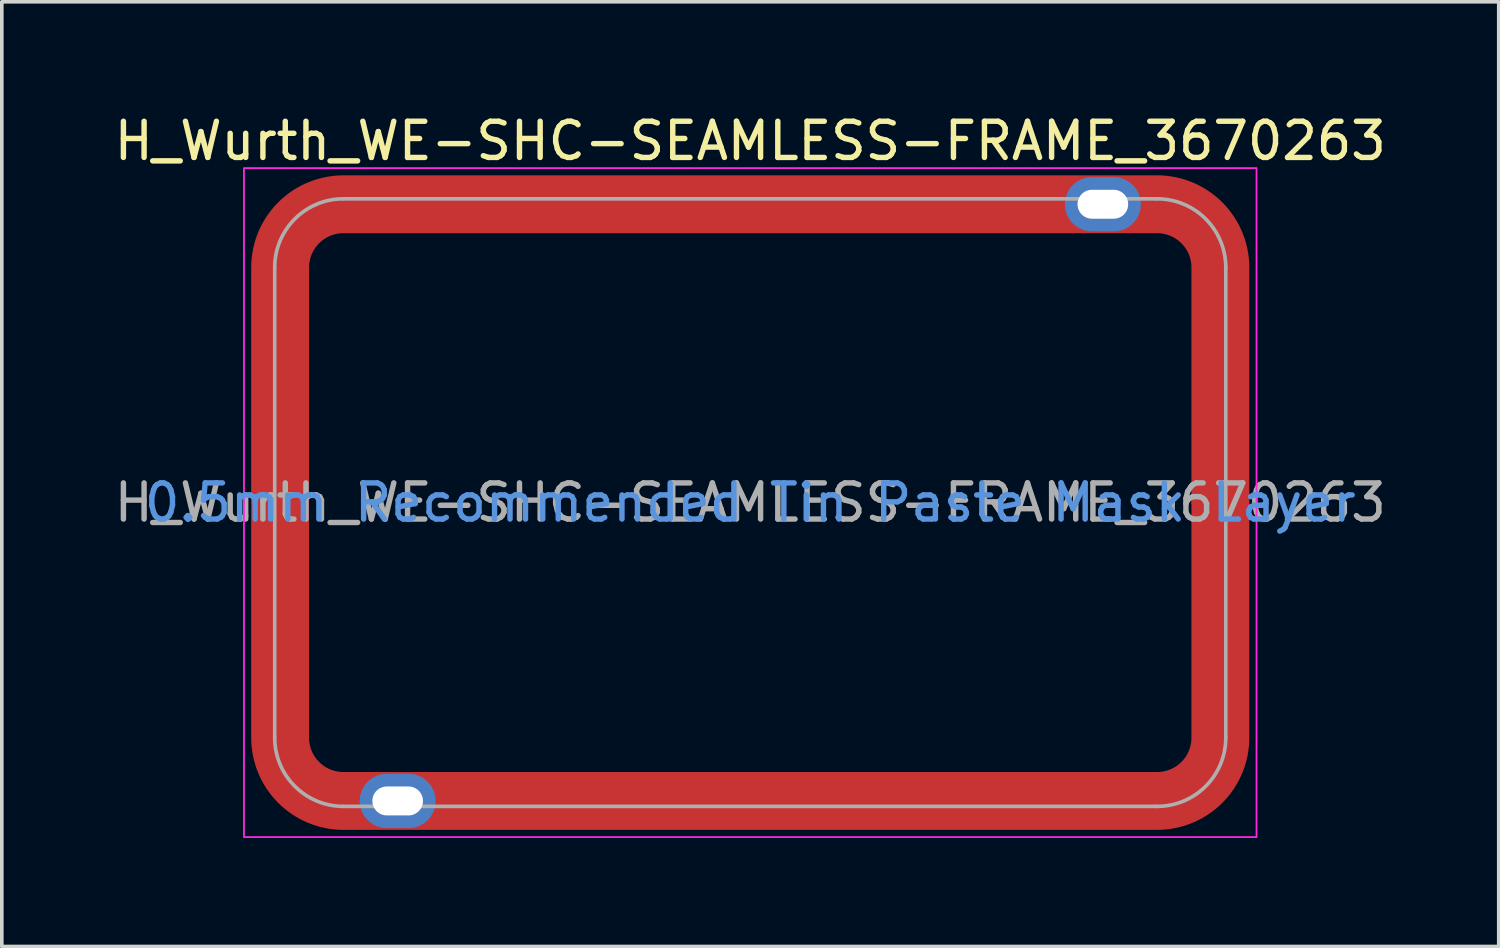
<source format=kicad_pcb>
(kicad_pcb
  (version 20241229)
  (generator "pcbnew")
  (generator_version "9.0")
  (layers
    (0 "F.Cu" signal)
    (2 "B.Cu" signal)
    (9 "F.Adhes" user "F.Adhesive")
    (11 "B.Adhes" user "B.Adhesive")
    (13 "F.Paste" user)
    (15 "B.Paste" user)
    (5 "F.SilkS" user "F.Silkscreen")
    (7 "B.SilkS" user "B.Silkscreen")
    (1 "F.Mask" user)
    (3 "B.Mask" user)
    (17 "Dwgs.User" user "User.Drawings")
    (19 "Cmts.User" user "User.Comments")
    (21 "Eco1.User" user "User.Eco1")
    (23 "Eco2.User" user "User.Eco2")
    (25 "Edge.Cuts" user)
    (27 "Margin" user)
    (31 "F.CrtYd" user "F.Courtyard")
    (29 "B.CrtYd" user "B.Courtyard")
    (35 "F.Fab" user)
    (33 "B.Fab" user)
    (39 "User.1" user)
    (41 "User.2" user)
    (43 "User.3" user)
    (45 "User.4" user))
  (footprint "H_Wurth_WE-SHC-SEAMLESS-FRAME_3670263"
    (layer "F.Cu")
    (at 17.696 10.848)
    (property "Reference" "H_Wurth_WE-SHC-SEAMLESS-FRAME_3670263" (at 0 -10 0) (unlocked yes) (layer "F.SilkS") (effects (font (size 1 1) (thickness 0.15))))
    (attr smd)
    (fp_poly (pts (xy -12.25 0.004) (xy -13.75 0.004) (xy -13.75 -6.5) (xy -13.747 -6.631) (xy -13.736 -6.761) (xy -13.719 -6.891) (xy -13.695 -7.02) (xy -13.665 -7.147) (xy -13.628 -7.273) (xy -13.584 -7.396) (xy -13.534 -7.517) (xy -13.478 -7.635) (xy -13.415 -7.75) (xy -13.347 -7.862) (xy -13.273 -7.969) (xy -13.193 -8.073) (xy -13.108 -8.173) (xy -13.018 -8.268) (xy -12.923 -8.358) (xy -12.823 -8.443) (xy -12.719 -8.523) (xy -12.612 -8.597) (xy -12.5 -8.665) (xy -12.385 -8.728) (xy -12.267 -8.784) (xy -12.146 -8.834) (xy -12.023 -8.878) (xy -11.897 -8.915) (xy -11.77 -8.945) (xy -11.641 -8.969) (xy -11.511 -8.986) (xy -11.381 -8.997) (xy -11.25 -9) (xy 11.25 -9) (xy 11.381 -8.997) (xy 11.511 -8.986) (xy 11.641 -8.969) (xy 11.77 -8.945) (xy 11.897 -8.915) (xy 12.023 -8.878) (xy 12.146 -8.834) (xy 12.267 -8.784) (xy 12.385 -8.728) (xy 12.5 -8.665) (xy 12.612 -8.597) (xy 12.719 -8.523) (xy 12.823 -8.443) (xy 12.923 -8.358) (xy 13.018 -8.268) (xy 13.108 -8.173) (xy 13.193 -8.073) (xy 13.273 -7.969) (xy 13.347 -7.862) (xy 13.415 -7.75) (xy 13.478 -7.635) (xy 13.534 -7.517) (xy 13.584 -7.396) (xy 13.628 -7.273) (xy 13.665 -7.147) (xy 13.695 -7.02) (xy 13.719 -6.891) (xy 13.736 -6.761) (xy 13.747 -6.631) (xy 13.75 -6.5) (xy 13.75 0.004) (xy 12.25 0.004) (xy 12.25 -6.5) (xy 12.249 -6.552) (xy 12.245 -6.605) (xy 12.238 -6.656) (xy 12.228 -6.708) (xy 12.216 -6.759) (xy 12.201 -6.809) (xy 12.184 -6.858) (xy 12.164 -6.907) (xy 12.141 -6.954) (xy 12.116 -7) (xy 12.089 -7.045) (xy 12.059 -7.088) (xy 12.027 -7.129) (xy 11.993 -7.169) (xy 11.957 -7.207) (xy 11.919 -7.243) (xy 11.879 -7.277) (xy 11.838 -7.309) (xy 11.795 -7.339) (xy 11.75 -7.366) (xy 11.704 -7.391) (xy 11.657 -7.414) (xy 11.608 -7.434) (xy 11.559 -7.451) (xy 11.509 -7.466) (xy 11.458 -7.478) (xy 11.406 -7.488) (xy 11.355 -7.495) (xy 11.302 -7.499) (xy 11.25 -7.5) (xy -11.25 -7.5) (xy -11.302 -7.499) (xy -11.355 -7.495) (xy -11.406 -7.488) (xy -11.458 -7.478) (xy -11.509 -7.466) (xy -11.559 -7.451) (xy -11.608 -7.434) (xy -11.657 -7.414) (xy -11.704 -7.391) (xy -11.75 -7.366) (xy -11.795 -7.339) (xy -11.838 -7.309) (xy -11.879 -7.277) (xy -11.919 -7.243) (xy -11.957 -7.207) (xy -11.993 -7.169) (xy -12.027 -7.129) (xy -12.059 -7.088) (xy -12.089 -7.045) (xy -12.116 -7) (xy -12.141 -6.954) (xy -12.164 -6.907) (xy -12.184 -6.858) (xy -12.201 -6.809) (xy -12.216 -6.759) (xy -12.228 -6.708) (xy -12.238 -6.656) (xy -12.245 -6.605) (xy -12.249 -6.552) (xy -12.25 -6.5) (xy -12.25 -0.25)) (stroke (width 0.1) (type solid)) (fill yes) (layer "F.Cu"))
    (fp_poly (pts (xy 12.25 -0.004) (xy 13.75 -0.004) (xy 13.75 6.5) (xy 13.747 6.631) (xy 13.736 6.761) (xy 13.719 6.891) (xy 13.695 7.02) (xy 13.665 7.147) (xy 13.628 7.273) (xy 13.584 7.396) (xy 13.534 7.517) (xy 13.478 7.635) (xy 13.415 7.75) (xy 13.347 7.862) (xy 13.273 7.969) (xy 13.193 8.073) (xy 13.108 8.173) (xy 13.018 8.268) (xy 12.923 8.358) (xy 12.823 8.443) (xy 12.719 8.523) (xy 12.612 8.597) (xy 12.5 8.665) (xy 12.385 8.728) (xy 12.267 8.784) (xy 12.146 8.834) (xy 12.023 8.878) (xy 11.897 8.915) (xy 11.77 8.945) (xy 11.641 8.969) (xy 11.511 8.986) (xy 11.381 8.997) (xy 11.25 9) (xy -11.25 9) (xy -11.381 8.997) (xy -11.511 8.986) (xy -11.641 8.969) (xy -11.77 8.945) (xy -11.897 8.915) (xy -12.023 8.878) (xy -12.146 8.834) (xy -12.267 8.784) (xy -12.385 8.728) (xy -12.5 8.665) (xy -12.612 8.597) (xy -12.719 8.523) (xy -12.823 8.443) (xy -12.923 8.358) (xy -13.018 8.268) (xy -13.108 8.173) (xy -13.193 8.073) (xy -13.273 7.969) (xy -13.347 7.862) (xy -13.415 7.75) (xy -13.478 7.635) (xy -13.534 7.517) (xy -13.584 7.396) (xy -13.628 7.273) (xy -13.665 7.147) (xy -13.695 7.02) (xy -13.719 6.891) (xy -13.736 6.761) (xy -13.747 6.631) (xy -13.75 6.5) (xy -13.75 -0.004) (xy -12.25 -0.004) (xy -12.25 6.5) (xy -12.249 6.552) (xy -12.245 6.605) (xy -12.238 6.656) (xy -12.228 6.708) (xy -12.216 6.759) (xy -12.201 6.809) (xy -12.184 6.858) (xy -12.164 6.907) (xy -12.141 6.954) (xy -12.116 7) (xy -12.089 7.045) (xy -12.059 7.088) (xy -12.027 7.129) (xy -11.993 7.169) (xy -11.957 7.207) (xy -11.919 7.243) (xy -11.879 7.277) (xy -11.838 7.309) (xy -11.795 7.339) (xy -11.75 7.366) (xy -11.704 7.391) (xy -11.657 7.414) (xy -11.608 7.434) (xy -11.559 7.451) (xy -11.509 7.466) (xy -11.458 7.478) (xy -11.406 7.488) (xy -11.355 7.495) (xy -11.302 7.499) (xy -11.25 7.5) (xy 11.25 7.5) (xy 11.302 7.499) (xy 11.355 7.495) (xy 11.406 7.488) (xy 11.458 7.478) (xy 11.509 7.466) (xy 11.559 7.451) (xy 11.608 7.434) (xy 11.657 7.414) (xy 11.704 7.391) (xy 11.75 7.366) (xy 11.795 7.339) (xy 11.838 7.309) (xy 11.879 7.277) (xy 11.919 7.243) (xy 11.957 7.207) (xy 11.993 7.169) (xy 12.027 7.129) (xy 12.059 7.088) (xy 12.089 7.045) (xy 12.116 7) (xy 12.141 6.954) (xy 12.164 6.907) (xy 12.184 6.858) (xy 12.201 6.809) (xy 12.216 6.759) (xy 12.228 6.708) (xy 12.238 6.656) (xy 12.245 6.605) (xy 12.249 6.552) (xy 12.25 6.5) (xy 12.25 0.25)) (stroke (width 0.1) (type solid)) (fill yes) (layer "F.Cu"))
    (fp_poly (pts (xy -12.25 0.004) (xy -13.75 0.004) (xy -13.75 -6.5) (xy -13.747 -6.631) (xy -13.736 -6.761) (xy -13.719 -6.891) (xy -13.695 -7.02) (xy -13.665 -7.147) (xy -13.628 -7.273) (xy -13.584 -7.396) (xy -13.534 -7.517) (xy -13.478 -7.635) (xy -13.415 -7.75) (xy -13.347 -7.862) (xy -13.273 -7.969) (xy -13.193 -8.073) (xy -13.108 -8.173) (xy -13.018 -8.268) (xy -12.923 -8.358) (xy -12.823 -8.443) (xy -12.719 -8.523) (xy -12.612 -8.597) (xy -12.5 -8.665) (xy -12.385 -8.728) (xy -12.267 -8.784) (xy -12.146 -8.834) (xy -12.023 -8.878) (xy -11.897 -8.915) (xy -11.77 -8.945) (xy -11.641 -8.969) (xy -11.511 -8.986) (xy -11.381 -8.997) (xy -11.25 -9) (xy 11.25 -9) (xy 11.381 -8.997) (xy 11.511 -8.986) (xy 11.641 -8.969) (xy 11.77 -8.945) (xy 11.897 -8.915) (xy 12.023 -8.878) (xy 12.146 -8.834) (xy 12.267 -8.784) (xy 12.385 -8.728) (xy 12.5 -8.665) (xy 12.612 -8.597) (xy 12.719 -8.523) (xy 12.823 -8.443) (xy 12.923 -8.358) (xy 13.018 -8.268) (xy 13.108 -8.173) (xy 13.193 -8.073) (xy 13.273 -7.969) (xy 13.347 -7.862) (xy 13.415 -7.75) (xy 13.478 -7.635) (xy 13.534 -7.517) (xy 13.584 -7.396) (xy 13.628 -7.273) (xy 13.665 -7.147) (xy 13.695 -7.02) (xy 13.719 -6.891) (xy 13.736 -6.761) (xy 13.747 -6.631) (xy 13.75 -6.5) (xy 13.75 0.004) (xy 12.25 0.004) (xy 12.25 -6.5) (xy 12.249 -6.552) (xy 12.245 -6.605) (xy 12.238 -6.656) (xy 12.228 -6.708) (xy 12.216 -6.759) (xy 12.201 -6.809) (xy 12.184 -6.858) (xy 12.164 -6.907) (xy 12.141 -6.954) (xy 12.116 -7) (xy 12.089 -7.045) (xy 12.059 -7.088) (xy 12.027 -7.129) (xy 11.993 -7.169) (xy 11.957 -7.207) (xy 11.919 -7.243) (xy 11.879 -7.277) (xy 11.838 -7.309) (xy 11.795 -7.339) (xy 11.75 -7.366) (xy 11.704 -7.391) (xy 11.657 -7.414) (xy 11.608 -7.434) (xy 11.559 -7.451) (xy 11.509 -7.466) (xy 11.458 -7.478) (xy 11.406 -7.488) (xy 11.355 -7.495) (xy 11.302 -7.499) (xy 11.25 -7.5) (xy -11.25 -7.5) (xy -11.302 -7.499) (xy -11.355 -7.495) (xy -11.406 -7.488) (xy -11.458 -7.478) (xy -11.509 -7.466) (xy -11.559 -7.451) (xy -11.608 -7.434) (xy -11.657 -7.414) (xy -11.704 -7.391) (xy -11.75 -7.366) (xy -11.795 -7.339) (xy -11.838 -7.309) (xy -11.879 -7.277) (xy -11.919 -7.243) (xy -11.957 -7.207) (xy -11.993 -7.169) (xy -12.027 -7.129) (xy -12.059 -7.088) (xy -12.089 -7.045) (xy -12.116 -7) (xy -12.141 -6.954) (xy -12.164 -6.907) (xy -12.184 -6.858) (xy -12.201 -6.809) (xy -12.216 -6.759) (xy -12.228 -6.708) (xy -12.238 -6.656) (xy -12.245 -6.605) (xy -12.249 -6.552) (xy -12.25 -6.5) (xy -12.25 -0.25)) (stroke (width 0.1) (type solid)) (fill yes) (layer "F.Mask"))
    (fp_poly (pts (xy 12.25 -0.004) (xy 13.75 -0.004) (xy 13.75 6.5) (xy 13.747 6.631) (xy 13.736 6.761) (xy 13.719 6.891) (xy 13.695 7.02) (xy 13.665 7.147) (xy 13.628 7.273) (xy 13.584 7.396) (xy 13.534 7.517) (xy 13.478 7.635) (xy 13.415 7.75) (xy 13.347 7.862) (xy 13.273 7.969) (xy 13.193 8.073) (xy 13.108 8.173) (xy 13.018 8.268) (xy 12.923 8.358) (xy 12.823 8.443) (xy 12.719 8.523) (xy 12.612 8.597) (xy 12.5 8.665) (xy 12.385 8.728) (xy 12.267 8.784) (xy 12.146 8.834) (xy 12.023 8.878) (xy 11.897 8.915) (xy 11.77 8.945) (xy 11.641 8.969) (xy 11.511 8.986) (xy 11.381 8.997) (xy 11.25 9) (xy -11.25 9) (xy -11.381 8.997) (xy -11.511 8.986) (xy -11.641 8.969) (xy -11.77 8.945) (xy -11.897 8.915) (xy -12.023 8.878) (xy -12.146 8.834) (xy -12.267 8.784) (xy -12.385 8.728) (xy -12.5 8.665) (xy -12.612 8.597) (xy -12.719 8.523) (xy -12.823 8.443) (xy -12.923 8.358) (xy -13.018 8.268) (xy -13.108 8.173) (xy -13.193 8.073) (xy -13.273 7.969) (xy -13.347 7.862) (xy -13.415 7.75) (xy -13.478 7.635) (xy -13.534 7.517) (xy -13.584 7.396) (xy -13.628 7.273) (xy -13.665 7.147) (xy -13.695 7.02) (xy -13.719 6.891) (xy -13.736 6.761) (xy -13.747 6.631) (xy -13.75 6.5) (xy -13.75 -0.004) (xy -12.25 -0.004) (xy -12.25 6.5) (xy -12.249 6.552) (xy -12.245 6.605) (xy -12.238 6.656) (xy -12.228 6.708) (xy -12.216 6.759) (xy -12.201 6.809) (xy -12.184 6.858) (xy -12.164 6.907) (xy -12.141 6.954) (xy -12.116 7) (xy -12.089 7.045) (xy -12.059 7.088) (xy -12.027 7.129) (xy -11.993 7.169) (xy -11.957 7.207) (xy -11.919 7.243) (xy -11.879 7.277) (xy -11.838 7.309) (xy -11.795 7.339) (xy -11.75 7.366) (xy -11.704 7.391) (xy -11.657 7.414) (xy -11.608 7.434) (xy -11.559 7.451) (xy -11.509 7.466) (xy -11.458 7.478) (xy -11.406 7.488) (xy -11.355 7.495) (xy -11.302 7.499) (xy -11.25 7.5) (xy 11.25 7.5) (xy 11.302 7.499) (xy 11.355 7.495) (xy 11.406 7.488) (xy 11.458 7.478) (xy 11.509 7.466) (xy 11.559 7.451) (xy 11.608 7.434) (xy 11.657 7.414) (xy 11.704 7.391) (xy 11.75 7.366) (xy 11.795 7.339) (xy 11.838 7.309) (xy 11.879 7.277) (xy 11.919 7.243) (xy 11.957 7.207) (xy 11.993 7.169) (xy 12.027 7.129) (xy 12.059 7.088) (xy 12.089 7.045) (xy 12.116 7) (xy 12.141 6.954) (xy 12.164 6.907) (xy 12.184 6.858) (xy 12.201 6.809) (xy 12.216 6.759) (xy 12.228 6.708) (xy 12.238 6.656) (xy 12.245 6.605) (xy 12.249 6.552) (xy 12.25 6.5) (xy 12.25 0.25)) (stroke (width 0.1) (type solid)) (fill yes) (layer "F.Mask"))
    (fp_poly (pts (xy -12.25 0.004) (xy -13.75 0.004) (xy -13.75 -6.5) (xy -13.747 -6.631) (xy -13.736 -6.761) (xy -13.719 -6.891) (xy -13.695 -7.02) (xy -13.665 -7.147) (xy -13.628 -7.273) (xy -13.584 -7.396) (xy -13.534 -7.517) (xy -13.478 -7.635) (xy -13.415 -7.75) (xy -13.347 -7.862) (xy -13.273 -7.969) (xy -13.193 -8.073) (xy -13.108 -8.173) (xy -13.018 -8.268) (xy -12.923 -8.358) (xy -12.823 -8.443) (xy -12.719 -8.523) (xy -12.612 -8.597) (xy -12.5 -8.665) (xy -12.385 -8.728) (xy -12.267 -8.784) (xy -12.146 -8.834) (xy -12.023 -8.878) (xy -11.897 -8.915) (xy -11.77 -8.945) (xy -11.641 -8.969) (xy -11.511 -8.986) (xy -11.381 -8.997) (xy -11.25 -9) (xy 11.25 -9) (xy 11.381 -8.997) (xy 11.511 -8.986) (xy 11.641 -8.969) (xy 11.77 -8.945) (xy 11.897 -8.915) (xy 12.023 -8.878) (xy 12.146 -8.834) (xy 12.267 -8.784) (xy 12.385 -8.728) (xy 12.5 -8.665) (xy 12.612 -8.597) (xy 12.719 -8.523) (xy 12.823 -8.443) (xy 12.923 -8.358) (xy 13.018 -8.268) (xy 13.108 -8.173) (xy 13.193 -8.073) (xy 13.273 -7.969) (xy 13.347 -7.862) (xy 13.415 -7.75) (xy 13.478 -7.635) (xy 13.534 -7.517) (xy 13.584 -7.396) (xy 13.628 -7.273) (xy 13.665 -7.147) (xy 13.695 -7.02) (xy 13.719 -6.891) (xy 13.736 -6.761) (xy 13.747 -6.631) (xy 13.75 -6.5) (xy 13.75 0.004) (xy 12.25 0.004) (xy 12.25 -6.5) (xy 12.249 -6.552) (xy 12.245 -6.605) (xy 12.238 -6.656) (xy 12.228 -6.708) (xy 12.216 -6.759) (xy 12.201 -6.809) (xy 12.184 -6.858) (xy 12.164 -6.907) (xy 12.141 -6.954) (xy 12.116 -7) (xy 12.089 -7.045) (xy 12.059 -7.088) (xy 12.027 -7.129) (xy 11.993 -7.169) (xy 11.957 -7.207) (xy 11.919 -7.243) (xy 11.879 -7.277) (xy 11.838 -7.309) (xy 11.795 -7.339) (xy 11.75 -7.366) (xy 11.704 -7.391) (xy 11.657 -7.414) (xy 11.608 -7.434) (xy 11.559 -7.451) (xy 11.509 -7.466) (xy 11.458 -7.478) (xy 11.406 -7.488) (xy 11.355 -7.495) (xy 11.302 -7.499) (xy 11.25 -7.5) (xy -11.25 -7.5) (xy -11.302 -7.499) (xy -11.355 -7.495) (xy -11.406 -7.488) (xy -11.458 -7.478) (xy -11.509 -7.466) (xy -11.559 -7.451) (xy -11.608 -7.434) (xy -11.657 -7.414) (xy -11.704 -7.391) (xy -11.75 -7.366) (xy -11.795 -7.339) (xy -11.838 -7.309) (xy -11.879 -7.277) (xy -11.919 -7.243) (xy -11.957 -7.207) (xy -11.993 -7.169) (xy -12.027 -7.129) (xy -12.059 -7.088) (xy -12.089 -7.045) (xy -12.116 -7) (xy -12.141 -6.954) (xy -12.164 -6.907) (xy -12.184 -6.858) (xy -12.201 -6.809) (xy -12.216 -6.759) (xy -12.228 -6.708) (xy -12.238 -6.656) (xy -12.245 -6.605) (xy -12.249 -6.552) (xy -12.25 -6.5) (xy -12.25 -0.25)) (stroke (width 0.1) (type solid)) (fill yes) (layer "F.Paste"))
    (fp_poly (pts (xy 12.25 -0.004) (xy 13.75 -0.004) (xy 13.75 6.5) (xy 13.747 6.631) (xy 13.736 6.761) (xy 13.719 6.891) (xy 13.695 7.02) (xy 13.665 7.147) (xy 13.628 7.273) (xy 13.584 7.396) (xy 13.534 7.517) (xy 13.478 7.635) (xy 13.415 7.75) (xy 13.347 7.862) (xy 13.273 7.969) (xy 13.193 8.073) (xy 13.108 8.173) (xy 13.018 8.268) (xy 12.923 8.358) (xy 12.823 8.443) (xy 12.719 8.523) (xy 12.612 8.597) (xy 12.5 8.665) (xy 12.385 8.728) (xy 12.267 8.784) (xy 12.146 8.834) (xy 12.023 8.878) (xy 11.897 8.915) (xy 11.77 8.945) (xy 11.641 8.969) (xy 11.511 8.986) (xy 11.381 8.997) (xy 11.25 9) (xy -11.25 9) (xy -11.381 8.997) (xy -11.511 8.986) (xy -11.641 8.969) (xy -11.77 8.945) (xy -11.897 8.915) (xy -12.023 8.878) (xy -12.146 8.834) (xy -12.267 8.784) (xy -12.385 8.728) (xy -12.5 8.665) (xy -12.612 8.597) (xy -12.719 8.523) (xy -12.823 8.443) (xy -12.923 8.358) (xy -13.018 8.268) (xy -13.108 8.173) (xy -13.193 8.073) (xy -13.273 7.969) (xy -13.347 7.862) (xy -13.415 7.75) (xy -13.478 7.635) (xy -13.534 7.517) (xy -13.584 7.396) (xy -13.628 7.273) (xy -13.665 7.147) (xy -13.695 7.02) (xy -13.719 6.891) (xy -13.736 6.761) (xy -13.747 6.631) (xy -13.75 6.5) (xy -13.75 -0.004) (xy -12.25 -0.004) (xy -12.25 6.5) (xy -12.249 6.552) (xy -12.245 6.605) (xy -12.238 6.656) (xy -12.228 6.708) (xy -12.216 6.759) (xy -12.201 6.809) (xy -12.184 6.858) (xy -12.164 6.907) (xy -12.141 6.954) (xy -12.116 7) (xy -12.089 7.045) (xy -12.059 7.088) (xy -12.027 7.129) (xy -11.993 7.169) (xy -11.957 7.207) (xy -11.919 7.243) (xy -11.879 7.277) (xy -11.838 7.309) (xy -11.795 7.339) (xy -11.75 7.366) (xy -11.704 7.391) (xy -11.657 7.414) (xy -11.608 7.434) (xy -11.559 7.451) (xy -11.509 7.466) (xy -11.458 7.478) (xy -11.406 7.488) (xy -11.355 7.495) (xy -11.302 7.499) (xy -11.25 7.5) (xy 11.25 7.5) (xy 11.302 7.499) (xy 11.355 7.495) (xy 11.406 7.488) (xy 11.458 7.478) (xy 11.509 7.466) (xy 11.559 7.451) (xy 11.608 7.434) (xy 11.657 7.414) (xy 11.704 7.391) (xy 11.75 7.366) (xy 11.795 7.339) (xy 11.838 7.309) (xy 11.879 7.277) (xy 11.919 7.243) (xy 11.957 7.207) (xy 11.993 7.169) (xy 12.027 7.129) (xy 12.059 7.088) (xy 12.089 7.045) (xy 12.116 7) (xy 12.141 6.954) (xy 12.164 6.907) (xy 12.184 6.858) (xy 12.201 6.809) (xy 12.216 6.759) (xy 12.228 6.708) (xy 12.238 6.656) (xy 12.245 6.605) (xy 12.249 6.552) (xy 12.25 6.5) (xy 12.25 0.25)) (stroke (width 0.1) (type solid)) (fill yes) (layer "F.Paste"))
    (fp_rect (start -14 -9.25) (end 14 9.25) (stroke (width 0.05) (type solid)) (fill no) (layer "F.CrtYd"))
    (fp_line (start -13.15 6.5) (end -13.15 -6.5) (stroke (width 0.1) (type solid)) (layer "F.Fab"))
    (fp_line (start -11.25 -8.4) (end 11.25 -8.4) (stroke (width 0.1) (type solid)) (layer "F.Fab"))
    (fp_line (start -11.25 8.4) (end 11.25 8.4) (stroke (width 0.1) (type solid)) (layer "F.Fab"))
    (fp_line (start 13.15 6.5) (end 13.15 -6.5) (stroke (width 0.1) (type solid)) (layer "F.Fab"))
    (fp_arc (start -13.15 -6.5) (mid -12.593503 -7.843502) (end -11.250001 -8.399999) (stroke (width 0.1) (type default)) (layer "F.Fab"))
    (fp_arc (start -11.25 8.4) (mid -12.593502 7.843503) (end -13.149999 6.500001) (stroke (width 0.1) (type default)) (layer "F.Fab"))
    (fp_arc (start 11.25 -8.4) (mid 12.593502 -7.843503) (end 13.149999 -6.500001) (stroke (width 0.1) (type default)) (layer "F.Fab"))
    (fp_arc (start 13.15 6.5) (mid 12.593503 7.843502) (end 11.250001 8.399999) (stroke (width 0.1) (type default)) (layer "F.Fab"))
    (fp_text user "0.5mm Recommended Tin Paste Mask Layer" (at 0 0 0) (unlocked yes) (layer "Cmts.User") (effects (font (size 1 1) (thickness 0.15))))
    (fp_text user "${REFERENCE}" (at 0 0 0) (unlocked yes) (layer "F.Fab") (effects (font (size 1 1) (thickness 0.15))))
    (pad "1" thru_hole oval (at -9.75 8.25) (size 2.1 1.5) (drill oval 1.4 0.8) (layers "*.Cu" "*.Mask"))
    (pad "1" thru_hole oval (at 9.75 -8.25) (size 2.1 1.5) (drill oval 1.4 0.8) (layers "*.Cu" "*.Mask")))
  (gr_rect
    (start -3 -3)
    (end 38.393 23.123)
    (stroke (width 0.1) (type default))
    (fill no)
    (layer "Edge.Cuts")))
</source>
